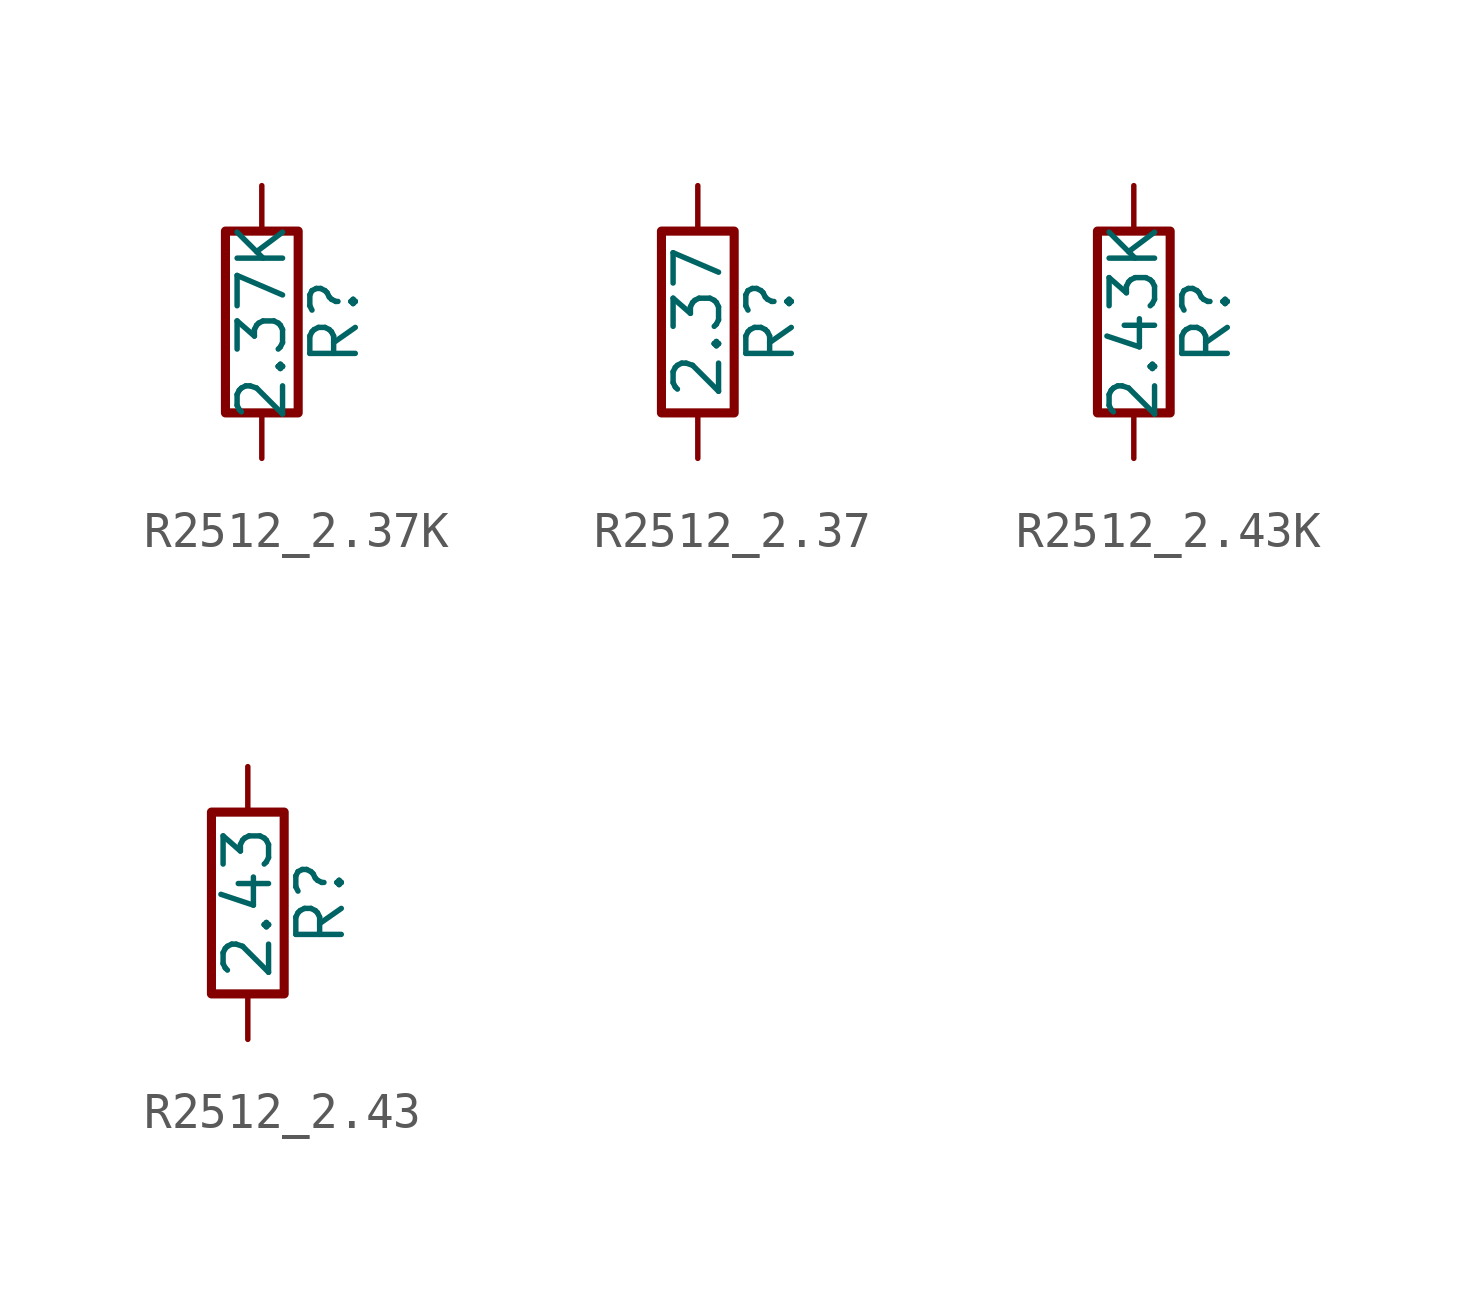
<source format=kicad_sym>
(kicad_symbol_lib
  (version 20211014)
  (generator atlantix-eda)
  (symbol "R2512_2.37K"
    (pin_numbers hide)
    (pin_names
      (offset 0))
    (property "Reference" "R"
      (at 2.032 0 90)
      (effects (font (size 1.27 1.27))))
    (property "Value" "2.37K"
      (at 0 0 90)
      (effects (font (size 1.27 1.27))))
    (symbol "R2512_2.37K_0_1"
      (rectangle (start -1.016 -2.54) (end 1.016 2.54) (stroke (width 0.254) (type default) (color 0 0 0 0)) (fill (type none))))
    (symbol "R2512_2.37K_1_1"
      (pin passive line (at 0 3.81 270) (length 1.27) (name "~" (effects (font (size 1.27 1.27)))) (number "1" (effects (font (size 1.27 1.27)))))
      (pin passive line (at 0 -3.81 90) (length 1.27) (name "~" (effects (font (size 1.27 1.27)))) (number "2" (effects (font (size 1.27 1.27)))))))
  (symbol "R2512_2.37"
    (pin_numbers hide)
    (pin_names
      (offset 0))
    (property "Reference" "R"
      (at 2.032 0 90)
      (effects (font (size 1.27 1.27))))
    (property "Value" "2.37"
      (at 0 0 90)
      (effects (font (size 1.27 1.27))))
    (symbol "R2512_2.37_0_1"
      (rectangle (start -1.016 -2.54) (end 1.016 2.54) (stroke (width 0.254) (type default) (color 0 0 0 0)) (fill (type none))))
    (symbol "R2512_2.37_1_1"
      (pin passive line (at 0 3.81 270) (length 1.27) (name "~" (effects (font (size 1.27 1.27)))) (number "1" (effects (font (size 1.27 1.27)))))
      (pin passive line (at 0 -3.81 90) (length 1.27) (name "~" (effects (font (size 1.27 1.27)))) (number "2" (effects (font (size 1.27 1.27)))))))
  (symbol "R2512_2.43K"
    (pin_numbers hide)
    (pin_names
      (offset 0))
    (property "Reference" "R"
      (at 2.032 0 90)
      (effects (font (size 1.27 1.27))))
    (property "Value" "2.43K"
      (at 0 0 90)
      (effects (font (size 1.27 1.27))))
    (symbol "R2512_2.43K_0_1"
      (rectangle (start -1.016 -2.54) (end 1.016 2.54) (stroke (width 0.254) (type default) (color 0 0 0 0)) (fill (type none))))
    (symbol "R2512_2.43K_1_1"
      (pin passive line (at 0 3.81 270) (length 1.27) (name "~" (effects (font (size 1.27 1.27)))) (number "1" (effects (font (size 1.27 1.27)))))
      (pin passive line (at 0 -3.81 90) (length 1.27) (name "~" (effects (font (size 1.27 1.27)))) (number "2" (effects (font (size 1.27 1.27)))))))
  (symbol "R2512_2.43"
    (pin_numbers hide)
    (pin_names
      (offset 0))
    (property "Reference" "R"
      (at 2.032 0 90)
      (effects (font (size 1.27 1.27))))
    (property "Value" "2.43"
      (at 0 0 90)
      (effects (font (size 1.27 1.27))))
    (symbol "R2512_2.43_0_1"
      (rectangle (start -1.016 -2.54) (end 1.016 2.54) (stroke (width 0.254) (type default) (color 0 0 0 0)) (fill (type none))))
    (symbol "R2512_2.43_1_1"
      (pin passive line (at 0 3.81 270) (length 1.27) (name "~" (effects (font (size 1.27 1.27)))) (number "1" (effects (font (size 1.27 1.27)))))
      (pin passive line (at 0 -3.81 90) (length 1.27) (name "~" (effects (font (size 1.27 1.27)))) (number "2" (effects (font (size 1.27 1.27))))))))
</source>
